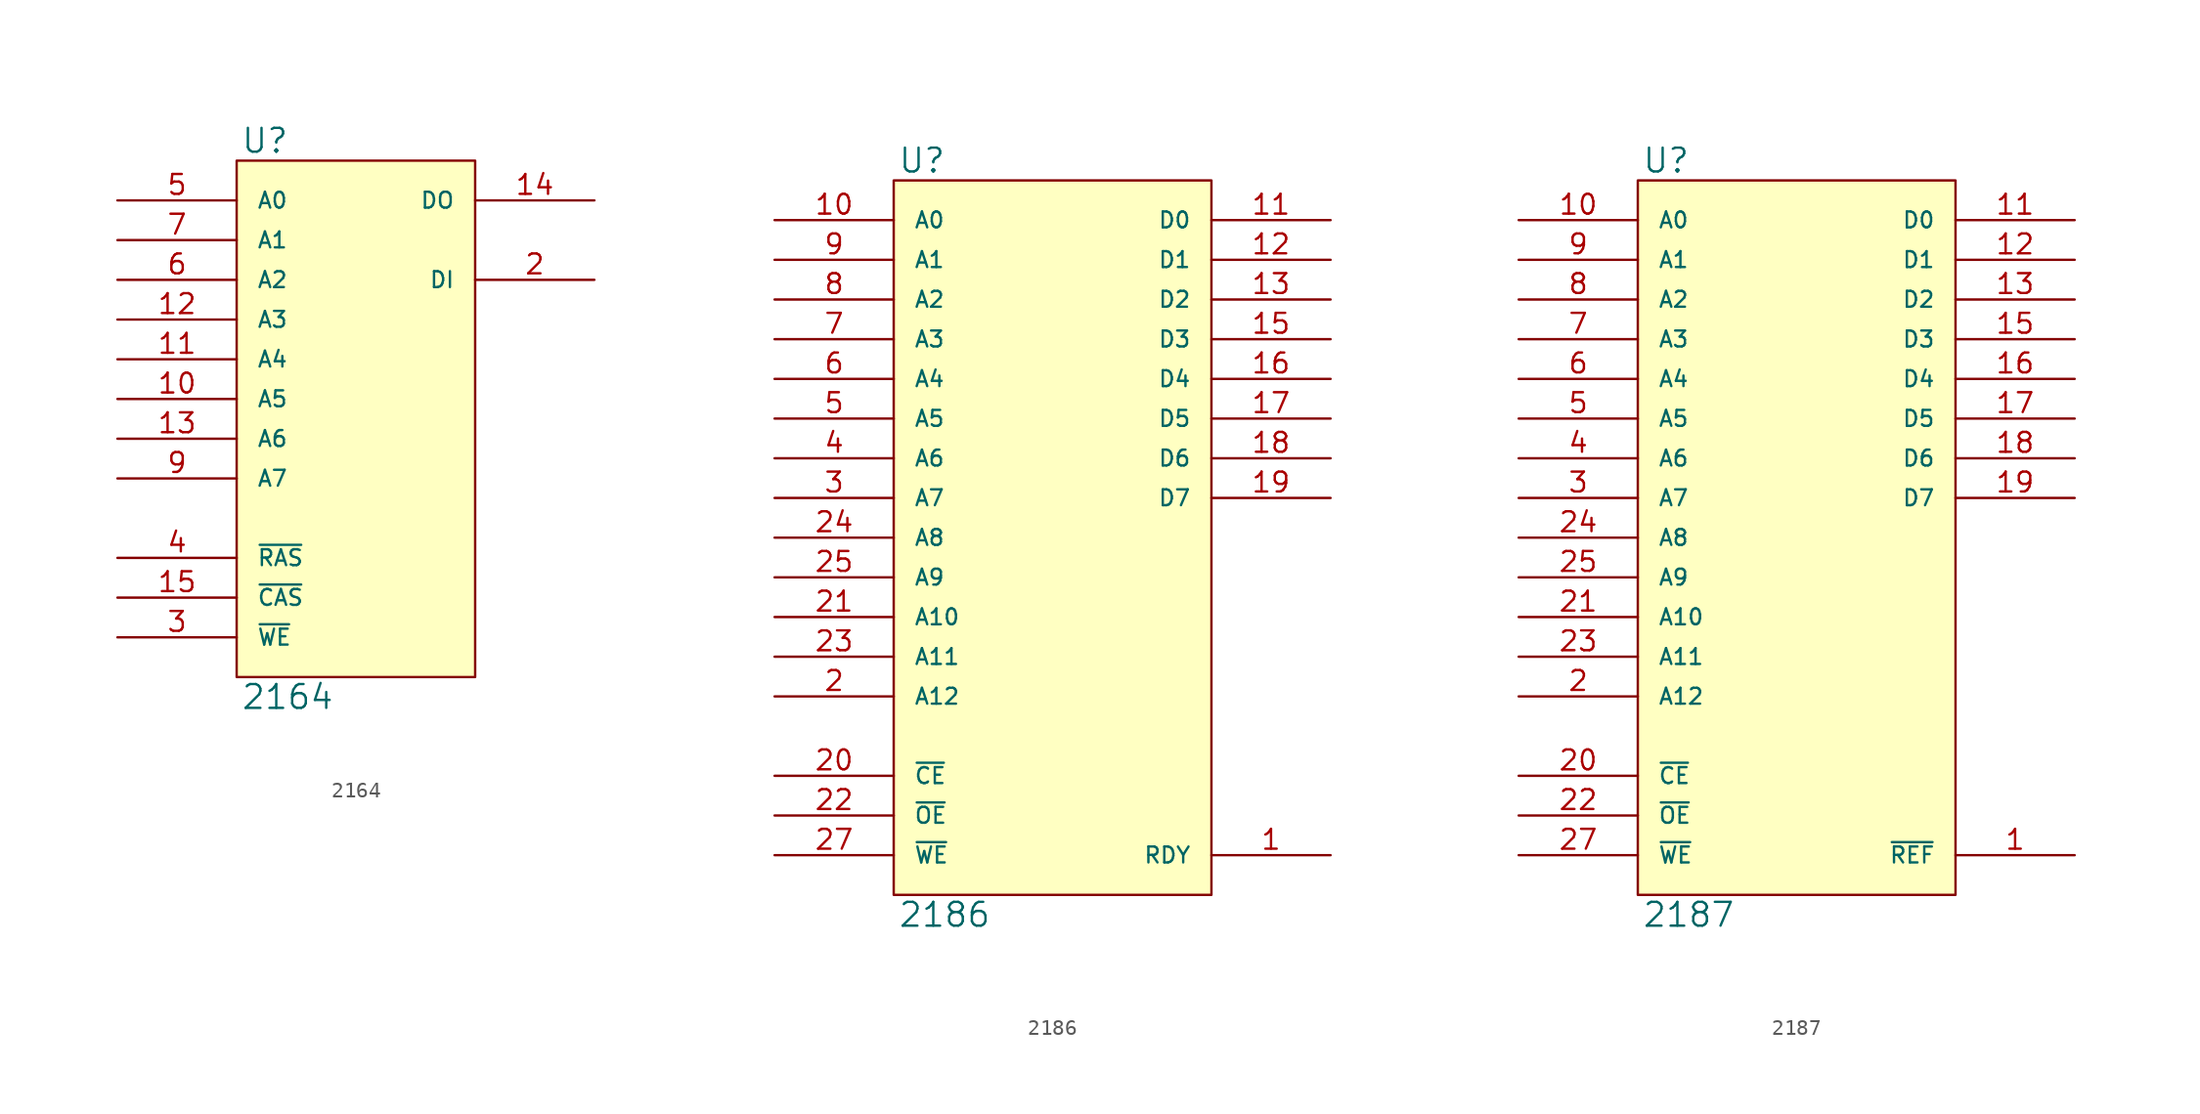
<source format=kicad_sym>
(kicad_symbol_lib
  (version 20231120)
  (generator "kicad_symbol_editor")
  (generator_version "8.0")
  (symbol "2164"
    (pin_names
      (offset 1.27))
    (property "Reference" "U"
      (at 0.254 0.381 0)
      (effects (font (size 1.524 1.524)) (justify left bottom)))
    (property "Value" "2164"
      (at 0.254 -33.401 0)
      (effects (font (size 1.524 1.524)) (justify left top)))
    (symbol "2164_0_1"
      (rectangle (start 0 0) (end 15.24 -33.02) (stroke (width 0) (type solid)) (fill (type background))))
    (symbol "2164_1_1"
      (pin input line (at -7.62 -15.24 0) (length 7.62) (name "A5" (effects (font (size 1.016 1.016)))) (number "10" (effects (font (size 1.27 1.27)))))
      (pin input line (at -7.62 -12.7 0) (length 7.62) (name "A4" (effects (font (size 1.016 1.016)))) (number "11" (effects (font (size 1.27 1.27)))))
      (pin input line (at -7.62 -10.16 0) (length 7.62) (name "A3" (effects (font (size 1.016 1.016)))) (number "12" (effects (font (size 1.27 1.27)))))
      (pin input line (at -7.62 -17.78 0) (length 7.62) (name "A6" (effects (font (size 1.016 1.016)))) (number "13" (effects (font (size 1.27 1.27)))))
      (pin tri_state line (at 22.86 -2.54 180) (length 7.62) (name "DO" (effects (font (size 1.016 1.016)))) (number "14" (effects (font (size 1.27 1.27)))))
      (pin input line (at -7.62 -27.94 0) (length 7.62) (name "~{CAS}" (effects (font (size 1.016 1.016)))) (number "15" (effects (font (size 1.27 1.27)))))
      (pin power_in line (at 0 -33.02 90) (length 0) hide (name "VSS" (effects (font (size 1.016 1.016)))) (number "16" (effects (font (size 1.27 1.27)))))
      (pin input line (at 22.86 -7.62 180) (length 7.62) (name "DI" (effects (font (size 1.016 1.016)))) (number "2" (effects (font (size 1.27 1.27)))))
      (pin input line (at -7.62 -30.48 0) (length 7.62) (name "~{WE}" (effects (font (size 1.016 1.016)))) (number "3" (effects (font (size 1.27 1.27)))))
      (pin input line (at -7.62 -25.4 0) (length 7.62) (name "~{RAS}" (effects (font (size 1.016 1.016)))) (number "4" (effects (font (size 1.27 1.27)))))
      (pin input line (at -7.62 -2.54 0) (length 7.62) (name "A0" (effects (font (size 1.016 1.016)))) (number "5" (effects (font (size 1.27 1.27)))))
      (pin input line (at -7.62 -7.62 0) (length 7.62) (name "A2" (effects (font (size 1.016 1.016)))) (number "6" (effects (font (size 1.27 1.27)))))
      (pin input line (at -7.62 -5.08 0) (length 7.62) (name "A1" (effects (font (size 1.016 1.016)))) (number "7" (effects (font (size 1.27 1.27)))))
      (pin power_in line (at 0 0 270) (length 0) hide (name "VCC" (effects (font (size 1.016 1.016)))) (number "8" (effects (font (size 1.27 1.27)))))
      (pin input line (at -7.62 -20.32 0) (length 7.62) (name "A7" (effects (font (size 1.016 1.016)))) (number "9" (effects (font (size 1.27 1.27)))))))
  (symbol "2186"
    (pin_names
      (offset 1.27))
    (property "Reference" "U"
      (at 0.254 0.381 0)
      (effects (font (size 1.524 1.524)) (justify left bottom)))
    (property "Value" "2186"
      (at 0.254 -46.101 0)
      (effects (font (size 1.524 1.524)) (justify left top)))
    (symbol "2186_0_1"
      (rectangle (start 0 0) (end 20.32 -45.72) (stroke (width 0) (type solid)) (fill (type background))))
    (symbol "2186_1_1"
      (pin output line (at 27.94 -43.18 180) (length 7.62) (name "RDY" (effects (font (size 1.016 1.016)))) (number "1" (effects (font (size 1.27 1.27)))))
      (pin input line (at -7.62 -2.54 0) (length 7.62) (name "A0" (effects (font (size 1.016 1.016)))) (number "10" (effects (font (size 1.27 1.27)))))
      (pin tri_state line (at 27.94 -2.54 180) (length 7.62) (name "D0" (effects (font (size 1.016 1.016)))) (number "11" (effects (font (size 1.27 1.27)))))
      (pin tri_state line (at 27.94 -5.08 180) (length 7.62) (name "D1" (effects (font (size 1.016 1.016)))) (number "12" (effects (font (size 1.27 1.27)))))
      (pin tri_state line (at 27.94 -7.62 180) (length 7.62) (name "D2" (effects (font (size 1.016 1.016)))) (number "13" (effects (font (size 1.27 1.27)))))
      (pin power_in line (at 0 -45.72 90) (length 0) hide (name "GND" (effects (font (size 1.016 1.016)))) (number "14" (effects (font (size 1.27 1.27)))))
      (pin tri_state line (at 27.94 -10.16 180) (length 7.62) (name "D3" (effects (font (size 1.016 1.016)))) (number "15" (effects (font (size 1.27 1.27)))))
      (pin tri_state line (at 27.94 -12.7 180) (length 7.62) (name "D4" (effects (font (size 1.016 1.016)))) (number "16" (effects (font (size 1.27 1.27)))))
      (pin tri_state line (at 27.94 -15.24 180) (length 7.62) (name "D5" (effects (font (size 1.016 1.016)))) (number "17" (effects (font (size 1.27 1.27)))))
      (pin tri_state line (at 27.94 -17.78 180) (length 7.62) (name "D6" (effects (font (size 1.016 1.016)))) (number "18" (effects (font (size 1.27 1.27)))))
      (pin tri_state line (at 27.94 -20.32 180) (length 7.62) (name "D7" (effects (font (size 1.016 1.016)))) (number "19" (effects (font (size 1.27 1.27)))))
      (pin input line (at -7.62 -33.02 0) (length 7.62) (name "A12" (effects (font (size 1.016 1.016)))) (number "2" (effects (font (size 1.27 1.27)))))
      (pin input line (at -7.62 -38.1 0) (length 7.62) (name "~{CE}" (effects (font (size 1.016 1.016)))) (number "20" (effects (font (size 1.27 1.27)))))
      (pin input line (at -7.62 -27.94 0) (length 7.62) (name "A10" (effects (font (size 1.016 1.016)))) (number "21" (effects (font (size 1.27 1.27)))))
      (pin input line (at -7.62 -40.64 0) (length 7.62) (name "~{OE}" (effects (font (size 1.016 1.016)))) (number "22" (effects (font (size 1.27 1.27)))))
      (pin input line (at -7.62 -30.48 0) (length 7.62) (name "A11" (effects (font (size 1.016 1.016)))) (number "23" (effects (font (size 1.27 1.27)))))
      (pin input line (at -7.62 -22.86 0) (length 7.62) (name "A8" (effects (font (size 1.016 1.016)))) (number "24" (effects (font (size 1.27 1.27)))))
      (pin input line (at -7.62 -25.4 0) (length 7.62) (name "A9" (effects (font (size 1.016 1.016)))) (number "25" (effects (font (size 1.27 1.27)))))
      (pin input line (at -7.62 -43.18 0) (length 7.62) (name "~{WE}" (effects (font (size 1.016 1.016)))) (number "27" (effects (font (size 1.27 1.27)))))
      (pin power_in line (at 0 0 270) (length 0) hide (name "VCC" (effects (font (size 1.016 1.016)))) (number "28" (effects (font (size 1.27 1.27)))))
      (pin input line (at -7.62 -20.32 0) (length 7.62) (name "A7" (effects (font (size 1.016 1.016)))) (number "3" (effects (font (size 1.27 1.27)))))
      (pin input line (at -7.62 -17.78 0) (length 7.62) (name "A6" (effects (font (size 1.016 1.016)))) (number "4" (effects (font (size 1.27 1.27)))))
      (pin input line (at -7.62 -15.24 0) (length 7.62) (name "A5" (effects (font (size 1.016 1.016)))) (number "5" (effects (font (size 1.27 1.27)))))
      (pin input line (at -7.62 -12.7 0) (length 7.62) (name "A4" (effects (font (size 1.016 1.016)))) (number "6" (effects (font (size 1.27 1.27)))))
      (pin input line (at -7.62 -10.16 0) (length 7.62) (name "A3" (effects (font (size 1.016 1.016)))) (number "7" (effects (font (size 1.27 1.27)))))
      (pin input line (at -7.62 -7.62 0) (length 7.62) (name "A2" (effects (font (size 1.016 1.016)))) (number "8" (effects (font (size 1.27 1.27)))))
      (pin input line (at -7.62 -5.08 0) (length 7.62) (name "A1" (effects (font (size 1.016 1.016)))) (number "9" (effects (font (size 1.27 1.27)))))))
  (symbol "2187"
    (pin_names
      (offset 1.27))
    (property "Reference" "U"
      (at 0.254 0.381 0)
      (effects (font (size 1.524 1.524)) (justify left bottom)))
    (property "Value" "2187"
      (at 0.254 -46.101 0)
      (effects (font (size 1.524 1.524)) (justify left top)))
    (symbol "2187_0_1"
      (rectangle (start 0 0) (end 20.32 -45.72) (stroke (width 0) (type solid)) (fill (type background))))
    (symbol "2187_1_1"
      (pin input line (at 27.94 -43.18 180) (length 7.62) (name "~{REF}" (effects (font (size 1.016 1.016)))) (number "1" (effects (font (size 1.27 1.27)))))
      (pin input line (at -7.62 -2.54 0) (length 7.62) (name "A0" (effects (font (size 1.016 1.016)))) (number "10" (effects (font (size 1.27 1.27)))))
      (pin tri_state line (at 27.94 -2.54 180) (length 7.62) (name "D0" (effects (font (size 1.016 1.016)))) (number "11" (effects (font (size 1.27 1.27)))))
      (pin tri_state line (at 27.94 -5.08 180) (length 7.62) (name "D1" (effects (font (size 1.016 1.016)))) (number "12" (effects (font (size 1.27 1.27)))))
      (pin tri_state line (at 27.94 -7.62 180) (length 7.62) (name "D2" (effects (font (size 1.016 1.016)))) (number "13" (effects (font (size 1.27 1.27)))))
      (pin power_in line (at 0 -45.72 90) (length 0) hide (name "GND" (effects (font (size 1.016 1.016)))) (number "14" (effects (font (size 1.27 1.27)))))
      (pin tri_state line (at 27.94 -10.16 180) (length 7.62) (name "D3" (effects (font (size 1.016 1.016)))) (number "15" (effects (font (size 1.27 1.27)))))
      (pin tri_state line (at 27.94 -12.7 180) (length 7.62) (name "D4" (effects (font (size 1.016 1.016)))) (number "16" (effects (font (size 1.27 1.27)))))
      (pin tri_state line (at 27.94 -15.24 180) (length 7.62) (name "D5" (effects (font (size 1.016 1.016)))) (number "17" (effects (font (size 1.27 1.27)))))
      (pin tri_state line (at 27.94 -17.78 180) (length 7.62) (name "D6" (effects (font (size 1.016 1.016)))) (number "18" (effects (font (size 1.27 1.27)))))
      (pin tri_state line (at 27.94 -20.32 180) (length 7.62) (name "D7" (effects (font (size 1.016 1.016)))) (number "19" (effects (font (size 1.27 1.27)))))
      (pin input line (at -7.62 -33.02 0) (length 7.62) (name "A12" (effects (font (size 1.016 1.016)))) (number "2" (effects (font (size 1.27 1.27)))))
      (pin input line (at -7.62 -38.1 0) (length 7.62) (name "~{CE}" (effects (font (size 1.016 1.016)))) (number "20" (effects (font (size 1.27 1.27)))))
      (pin input line (at -7.62 -27.94 0) (length 7.62) (name "A10" (effects (font (size 1.016 1.016)))) (number "21" (effects (font (size 1.27 1.27)))))
      (pin input line (at -7.62 -40.64 0) (length 7.62) (name "~{OE}" (effects (font (size 1.016 1.016)))) (number "22" (effects (font (size 1.27 1.27)))))
      (pin input line (at -7.62 -30.48 0) (length 7.62) (name "A11" (effects (font (size 1.016 1.016)))) (number "23" (effects (font (size 1.27 1.27)))))
      (pin input line (at -7.62 -22.86 0) (length 7.62) (name "A8" (effects (font (size 1.016 1.016)))) (number "24" (effects (font (size 1.27 1.27)))))
      (pin input line (at -7.62 -25.4 0) (length 7.62) (name "A9" (effects (font (size 1.016 1.016)))) (number "25" (effects (font (size 1.27 1.27)))))
      (pin input line (at -7.62 -43.18 0) (length 7.62) (name "~{WE}" (effects (font (size 1.016 1.016)))) (number "27" (effects (font (size 1.27 1.27)))))
      (pin power_in line (at 0 0 270) (length 0) hide (name "VCC" (effects (font (size 1.016 1.016)))) (number "28" (effects (font (size 1.27 1.27)))))
      (pin input line (at -7.62 -20.32 0) (length 7.62) (name "A7" (effects (font (size 1.016 1.016)))) (number "3" (effects (font (size 1.27 1.27)))))
      (pin input line (at -7.62 -17.78 0) (length 7.62) (name "A6" (effects (font (size 1.016 1.016)))) (number "4" (effects (font (size 1.27 1.27)))))
      (pin input line (at -7.62 -15.24 0) (length 7.62) (name "A5" (effects (font (size 1.016 1.016)))) (number "5" (effects (font (size 1.27 1.27)))))
      (pin input line (at -7.62 -12.7 0) (length 7.62) (name "A4" (effects (font (size 1.016 1.016)))) (number "6" (effects (font (size 1.27 1.27)))))
      (pin input line (at -7.62 -10.16 0) (length 7.62) (name "A3" (effects (font (size 1.016 1.016)))) (number "7" (effects (font (size 1.27 1.27)))))
      (pin input line (at -7.62 -7.62 0) (length 7.62) (name "A2" (effects (font (size 1.016 1.016)))) (number "8" (effects (font (size 1.27 1.27)))))
      (pin input line (at -7.62 -5.08 0) (length 7.62) (name "A1" (effects (font (size 1.016 1.016)))) (number "9" (effects (font (size 1.27 1.27))))))))
</source>
